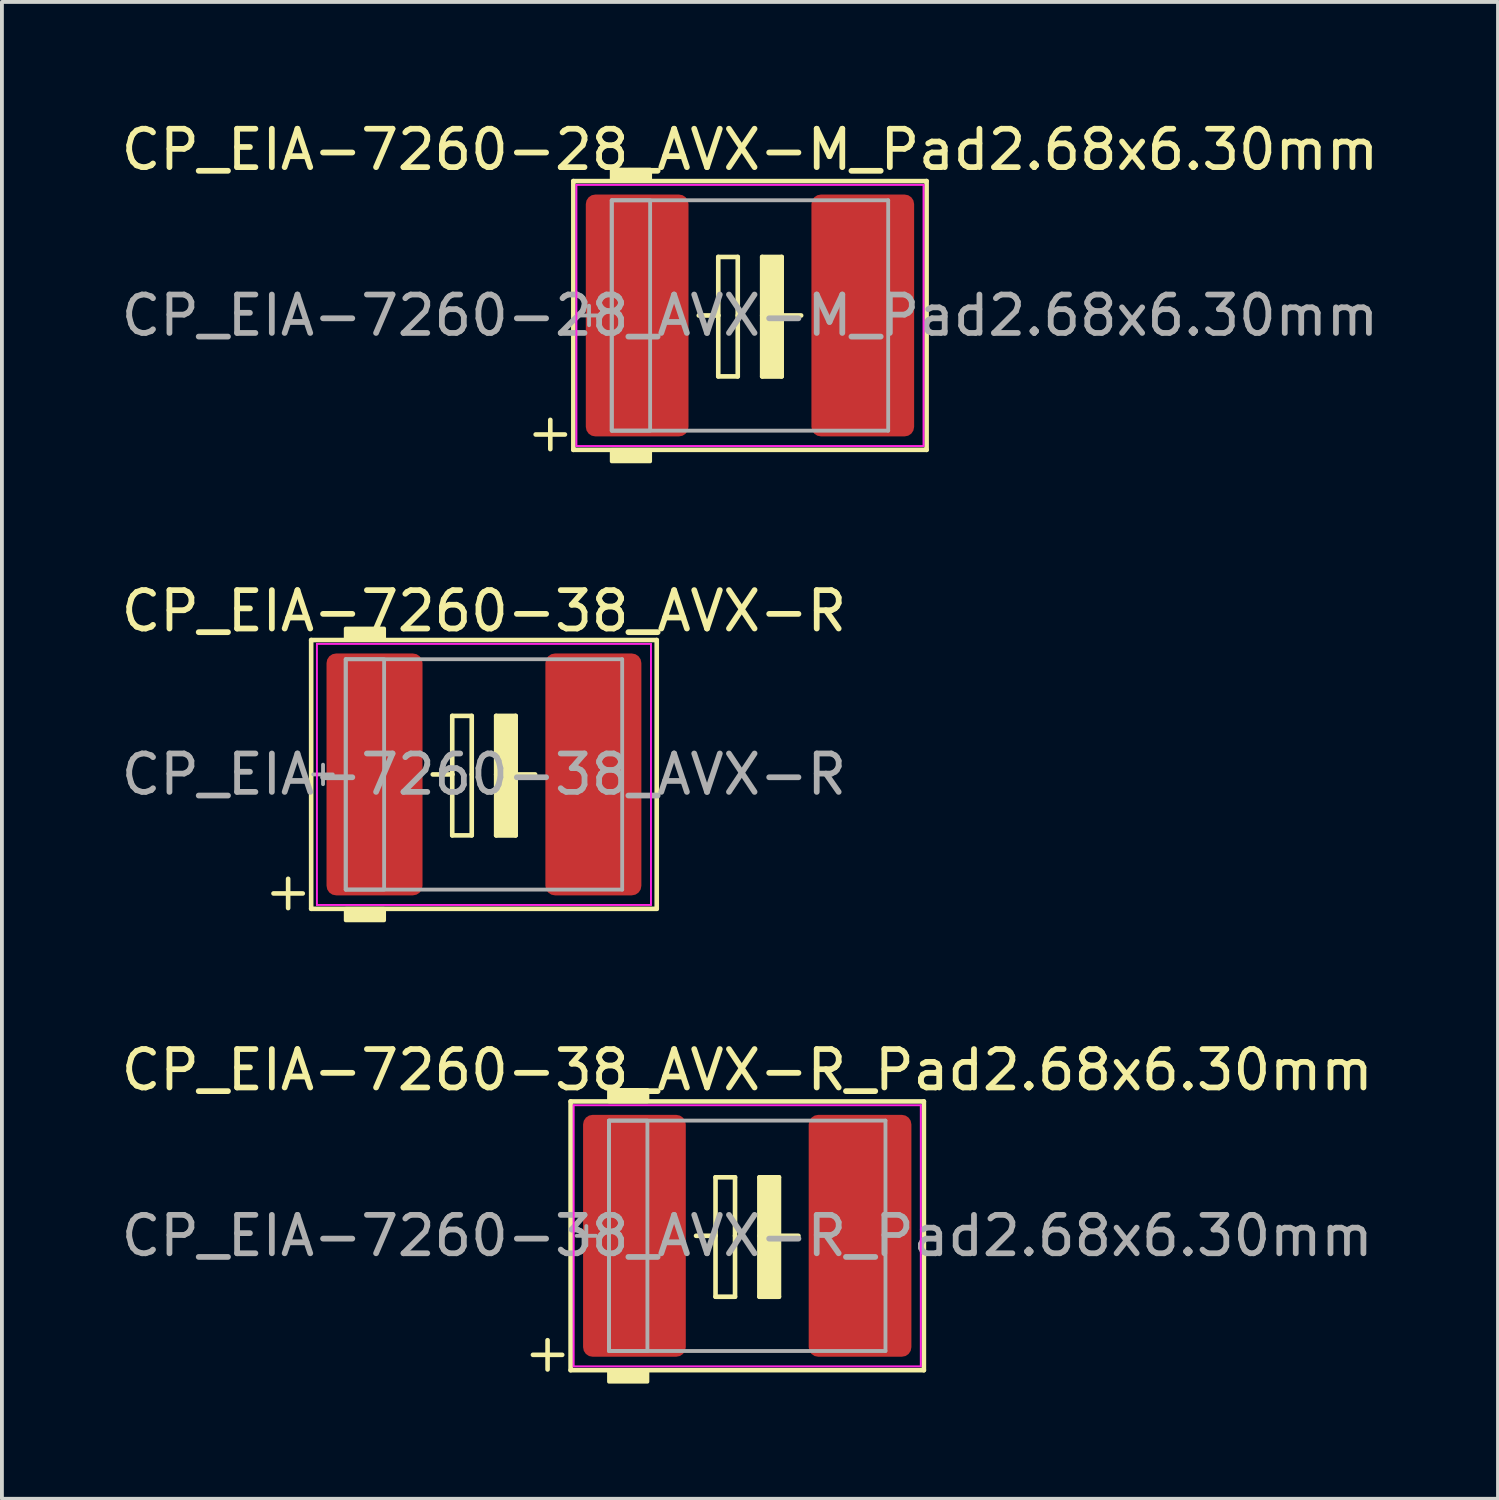
<source format=kicad_pcb>
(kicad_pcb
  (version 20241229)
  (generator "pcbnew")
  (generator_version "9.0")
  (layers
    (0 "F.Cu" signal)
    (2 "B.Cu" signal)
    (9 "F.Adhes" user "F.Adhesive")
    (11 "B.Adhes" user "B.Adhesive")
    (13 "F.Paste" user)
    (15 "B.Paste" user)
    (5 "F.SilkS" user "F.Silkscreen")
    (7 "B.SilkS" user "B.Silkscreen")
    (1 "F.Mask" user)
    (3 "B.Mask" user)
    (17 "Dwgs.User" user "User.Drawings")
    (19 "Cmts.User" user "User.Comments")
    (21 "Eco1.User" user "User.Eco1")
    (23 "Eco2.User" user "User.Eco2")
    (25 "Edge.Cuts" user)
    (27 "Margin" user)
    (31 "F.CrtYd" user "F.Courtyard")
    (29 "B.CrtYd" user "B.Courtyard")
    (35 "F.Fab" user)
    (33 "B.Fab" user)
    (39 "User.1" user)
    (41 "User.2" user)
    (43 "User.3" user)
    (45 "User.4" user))
  (footprint "CP_EIA-7260-28_AVX-M_Pad2.68x6.30mm"
    (layer "F.Cu")
    (at 16.482 5.166)
    (property "Reference" "CP_EIA-7260-28_AVX-M_Pad2.68x6.30mm" (at 0 -4.318 0) (layer "F.SilkS") (effects (font (size 1 1) (thickness 0.15))))
    (attr smd)
    (fp_line (start -5.581 3.1) (end -4.819 3.1) (stroke (width 0.12) (type solid)) (layer "F.SilkS"))
    (fp_line (start -5.2 2.719) (end -5.2 3.481) (stroke (width 0.12) (type solid)) (layer "F.SilkS"))
    (fp_line (start -4.6 -3.5) (end -4.6 3.5) (stroke (width 0.12) (type solid)) (layer "F.SilkS"))
    (fp_line (start -4.6 3.5) (end 4.6 3.5) (stroke (width 0.12) (type solid)) (layer "F.SilkS"))
    (fp_line (start -1.333 0) (end -0.826 0) (stroke (width 0.12) (type solid)) (layer "F.SilkS"))
    (fp_line (start -0.826 -1.524) (end -0.826 0) (stroke (width 0.12) (type solid)) (layer "F.SilkS"))
    (fp_line (start -0.826 1.587) (end -0.826 0) (stroke (width 0.12) (type solid)) (layer "F.SilkS"))
    (fp_line (start -0.826 1.587) (end -0.318 1.587) (stroke (width 0.12) (type solid)) (layer "F.SilkS"))
    (fp_line (start -0.318 -1.524) (end -0.826 -1.524) (stroke (width 0.12) (type solid)) (layer "F.SilkS"))
    (fp_line (start -0.318 -1.524) (end -0.318 0) (stroke (width 0.12) (type solid)) (layer "F.SilkS"))
    (fp_line (start -0.318 1.587) (end -0.318 0) (stroke (width 0.12) (type solid)) (layer "F.SilkS"))
    (fp_line (start 0.318 -1.524) (end 0.318 0) (stroke (width 0.12) (type solid)) (layer "F.SilkS"))
    (fp_line (start 0.318 1.587) (end 0.318 0) (stroke (width 0.12) (type solid)) (layer "F.SilkS"))
    (fp_line (start 0.318 1.587) (end 0.826 1.587) (stroke (width 0.12) (type solid)) (layer "F.SilkS"))
    (fp_line (start 0.826 -1.524) (end 0.318 -1.524) (stroke (width 0.12) (type solid)) (layer "F.SilkS"))
    (fp_line (start 0.826 -1.524) (end 0.826 0) (stroke (width 0.12) (type solid)) (layer "F.SilkS"))
    (fp_line (start 0.826 0) (end 1.333 0) (stroke (width 0.12) (type solid)) (layer "F.SilkS"))
    (fp_line (start 0.826 1.587) (end 0.826 0) (stroke (width 0.12) (type solid)) (layer "F.SilkS"))
    (fp_line (start 4.6 -3.5) (end -4.6 -3.5) (stroke (width 0.12) (type solid)) (layer "F.SilkS"))
    (fp_line (start 4.6 3.5) (end 4.6 -3.5) (stroke (width 0.12) (type solid)) (layer "F.SilkS"))
    (fp_poly (pts (xy -2.6 -3.5) (xy -3.6 -3.5) (xy -3.6 -3.8) (xy -2.6 -3.8)) (stroke (width 0.1) (type solid)) (fill yes) (layer "F.SilkS"))
    (fp_poly (pts (xy -2.6 3.8) (xy -3.6 3.8) (xy -3.6 3.5) (xy -2.6 3.5)) (stroke (width 0.1) (type solid)) (fill yes) (layer "F.SilkS"))
    (fp_poly (pts (xy 0.826 1.587) (xy 0.318 1.587) (xy 0.318 -1.524) (xy 0.826 -1.524)) (stroke (width 0.1) (type solid)) (fill yes) (layer "F.SilkS"))
    (fp_line (start -4.52 -3.4) (end 4.52 -3.4) (stroke (width 0.05) (type solid)) (layer "F.CrtYd"))
    (fp_line (start -4.52 3.4) (end -4.52 -3.4) (stroke (width 0.05) (type solid)) (layer "F.CrtYd"))
    (fp_line (start 4.52 -3.4) (end 4.52 3.4) (stroke (width 0.05) (type solid)) (layer "F.CrtYd"))
    (fp_line (start 4.52 3.4) (end -4.52 3.4) (stroke (width 0.05) (type solid)) (layer "F.CrtYd"))
    (fp_line (start -4.191 -0.254) (end -4.191 0.254) (stroke (width 0.1) (type solid)) (layer "F.Fab"))
    (fp_line (start -3.937 0) (end -4.445 0) (stroke (width 0.1) (type solid)) (layer "F.Fab"))
    (fp_line (start -3.6 -3) (end -3.6 3) (stroke (width 0.1) (type solid)) (layer "F.Fab"))
    (fp_line (start -3.6 3) (end 3.6 3) (stroke (width 0.1) (type solid)) (layer "F.Fab"))
    (fp_line (start 3.6 -3) (end -3.6 -3) (stroke (width 0.1) (type solid)) (layer "F.Fab"))
    (fp_line (start 3.6 3) (end 3.6 -3) (stroke (width 0.1) (type solid)) (layer "F.Fab"))
    (fp_rect (start -3.6 -3) (end -2.6 3) (stroke (width 0.1) (type solid)) (fill no) (layer "F.Fab"))
    (fp_text user "${REFERENCE}" (at 0 0 0) (layer "F.Fab") (effects (font (size 1 1) (thickness 0.15))))
    (pad "1" smd roundrect (at -2.938 0) (size 2.675 6.3) (layers "F.Cu" "F.Mask" "F.Paste") (roundrect_rratio 0.093))
    (pad "2" smd roundrect (at 2.938 0) (size 2.675 6.3) (layers "F.Cu" "F.Mask" "F.Paste") (roundrect_rratio 0.093)))
  (footprint "CP_EIA-7260-38_AVX-R"
    (layer "F.Cu")
    (at 9.554 17.119)
    (property "Reference" "CP_EIA-7260-38_AVX-R" (at 0 -4.255 0) (layer "F.SilkS") (effects (font (size 1 1) (thickness 0.15))))
    (attr smd)
    (fp_line (start -5.481 3.1) (end -4.719 3.1) (stroke (width 0.12) (type solid)) (layer "F.SilkS"))
    (fp_line (start -5.1 2.719) (end -5.1 3.481) (stroke (width 0.12) (type solid)) (layer "F.SilkS"))
    (fp_line (start -4.5 -3.5) (end -4.5 3.5) (stroke (width 0.12) (type solid)) (layer "F.SilkS"))
    (fp_line (start -4.5 3.5) (end 4.5 3.5) (stroke (width 0.12) (type solid)) (layer "F.SilkS"))
    (fp_line (start -1.333 0) (end -0.826 0) (stroke (width 0.12) (type solid)) (layer "F.SilkS"))
    (fp_line (start -0.826 -1.524) (end -0.826 0) (stroke (width 0.12) (type solid)) (layer "F.SilkS"))
    (fp_line (start -0.826 1.587) (end -0.826 0) (stroke (width 0.12) (type solid)) (layer "F.SilkS"))
    (fp_line (start -0.826 1.587) (end -0.318 1.587) (stroke (width 0.12) (type solid)) (layer "F.SilkS"))
    (fp_line (start -0.318 -1.524) (end -0.826 -1.524) (stroke (width 0.12) (type solid)) (layer "F.SilkS"))
    (fp_line (start -0.318 -1.524) (end -0.318 0) (stroke (width 0.12) (type solid)) (layer "F.SilkS"))
    (fp_line (start -0.318 1.587) (end -0.318 0) (stroke (width 0.12) (type solid)) (layer "F.SilkS"))
    (fp_line (start 0.318 -1.524) (end 0.318 0) (stroke (width 0.12) (type solid)) (layer "F.SilkS"))
    (fp_line (start 0.318 1.587) (end 0.318 0) (stroke (width 0.12) (type solid)) (layer "F.SilkS"))
    (fp_line (start 0.318 1.587) (end 0.826 1.587) (stroke (width 0.12) (type solid)) (layer "F.SilkS"))
    (fp_line (start 0.826 -1.524) (end 0.318 -1.524) (stroke (width 0.12) (type solid)) (layer "F.SilkS"))
    (fp_line (start 0.826 -1.524) (end 0.826 0) (stroke (width 0.12) (type solid)) (layer "F.SilkS"))
    (fp_line (start 0.826 0) (end 1.333 0) (stroke (width 0.12) (type solid)) (layer "F.SilkS"))
    (fp_line (start 0.826 1.587) (end 0.826 0) (stroke (width 0.12) (type solid)) (layer "F.SilkS"))
    (fp_line (start 4.5 -3.5) (end -4.5 -3.5) (stroke (width 0.12) (type solid)) (layer "F.SilkS"))
    (fp_line (start 4.5 3.5) (end 4.5 -3.5) (stroke (width 0.12) (type solid)) (layer "F.SilkS"))
    (fp_poly (pts (xy -2.6 -3.5) (xy -3.6 -3.5) (xy -3.6 -3.8) (xy -2.6 -3.8)) (stroke (width 0.1) (type solid)) (fill yes) (layer "F.SilkS"))
    (fp_poly (pts (xy -2.6 3.8) (xy -3.6 3.8) (xy -3.6 3.5) (xy -2.6 3.5)) (stroke (width 0.1) (type solid)) (fill yes) (layer "F.SilkS"))
    (fp_poly (pts (xy 0.826 1.587) (xy 0.318 1.587) (xy 0.318 -1.524) (xy 0.826 -1.524)) (stroke (width 0.1) (type solid)) (fill yes) (layer "F.SilkS"))
    (fp_line (start -4.35 -3.4) (end 4.35 -3.4) (stroke (width 0.05) (type solid)) (layer "F.CrtYd"))
    (fp_line (start -4.35 3.4) (end -4.35 -3.4) (stroke (width 0.05) (type solid)) (layer "F.CrtYd"))
    (fp_line (start 4.35 -3.4) (end 4.35 3.4) (stroke (width 0.05) (type solid)) (layer "F.CrtYd"))
    (fp_line (start 4.35 3.4) (end -4.35 3.4) (stroke (width 0.05) (type solid)) (layer "F.CrtYd"))
    (fp_line (start -4.191 -0.254) (end -4.191 0.254) (stroke (width 0.1) (type solid)) (layer "F.Fab"))
    (fp_line (start -3.937 0) (end -4.445 0) (stroke (width 0.1) (type solid)) (layer "F.Fab"))
    (fp_line (start -3.6 -3) (end -3.6 3) (stroke (width 0.1) (type solid)) (layer "F.Fab"))
    (fp_line (start -3.6 3) (end 3.6 3) (stroke (width 0.1) (type solid)) (layer "F.Fab"))
    (fp_line (start 3.6 -3) (end -3.6 -3) (stroke (width 0.1) (type solid)) (layer "F.Fab"))
    (fp_line (start 3.6 3) (end 3.6 -3) (stroke (width 0.1) (type solid)) (layer "F.Fab"))
    (fp_rect (start -3.6 -3) (end -2.6 3) (stroke (width 0.1) (type solid)) (fill no) (layer "F.Fab"))
    (fp_text user "${REFERENCE}" (at 0 0 0) (layer "F.Fab") (effects (font (size 1 1) (thickness 0.15))))
    (pad "1" smd roundrect (at -2.85 0) (size 2.5 6.3) (layers "F.Cu" "F.Mask" "F.Paste") (roundrect_rratio 0.1))
    (pad "2" smd roundrect (at 2.85 0) (size 2.5 6.3) (layers "F.Cu" "F.Mask" "F.Paste") (roundrect_rratio 0.1)))
  (footprint "CP_EIA-7260-38_AVX-R_Pad2.68x6.30mm"
    (layer "F.Cu")
    (at 16.411 29.135)
    (property "Reference" "CP_EIA-7260-38_AVX-R_Pad2.68x6.30mm" (at 0 -4.318 0) (layer "F.SilkS") (effects (font (size 1 1) (thickness 0.15))))
    (attr smd)
    (fp_line (start -5.581 3.1) (end -4.819 3.1) (stroke (width 0.12) (type solid)) (layer "F.SilkS"))
    (fp_line (start -5.2 2.719) (end -5.2 3.481) (stroke (width 0.12) (type solid)) (layer "F.SilkS"))
    (fp_line (start -4.6 -3.5) (end -4.6 3.5) (stroke (width 0.12) (type solid)) (layer "F.SilkS"))
    (fp_line (start -4.6 3.5) (end 4.6 3.5) (stroke (width 0.12) (type solid)) (layer "F.SilkS"))
    (fp_line (start -1.333 0) (end -0.826 0) (stroke (width 0.12) (type solid)) (layer "F.SilkS"))
    (fp_line (start -0.826 -1.524) (end -0.826 0) (stroke (width 0.12) (type solid)) (layer "F.SilkS"))
    (fp_line (start -0.826 1.587) (end -0.826 0) (stroke (width 0.12) (type solid)) (layer "F.SilkS"))
    (fp_line (start -0.826 1.587) (end -0.318 1.587) (stroke (width 0.12) (type solid)) (layer "F.SilkS"))
    (fp_line (start -0.318 -1.524) (end -0.826 -1.524) (stroke (width 0.12) (type solid)) (layer "F.SilkS"))
    (fp_line (start -0.318 -1.524) (end -0.318 0) (stroke (width 0.12) (type solid)) (layer "F.SilkS"))
    (fp_line (start -0.318 1.587) (end -0.318 0) (stroke (width 0.12) (type solid)) (layer "F.SilkS"))
    (fp_line (start 0.318 -1.524) (end 0.318 0) (stroke (width 0.12) (type solid)) (layer "F.SilkS"))
    (fp_line (start 0.318 1.587) (end 0.318 0) (stroke (width 0.12) (type solid)) (layer "F.SilkS"))
    (fp_line (start 0.318 1.587) (end 0.826 1.587) (stroke (width 0.12) (type solid)) (layer "F.SilkS"))
    (fp_line (start 0.826 -1.524) (end 0.318 -1.524) (stroke (width 0.12) (type solid)) (layer "F.SilkS"))
    (fp_line (start 0.826 -1.524) (end 0.826 0) (stroke (width 0.12) (type solid)) (layer "F.SilkS"))
    (fp_line (start 0.826 0) (end 1.333 0) (stroke (width 0.12) (type solid)) (layer "F.SilkS"))
    (fp_line (start 0.826 1.587) (end 0.826 0) (stroke (width 0.12) (type solid)) (layer "F.SilkS"))
    (fp_line (start 4.6 -3.5) (end -4.6 -3.5) (stroke (width 0.12) (type solid)) (layer "F.SilkS"))
    (fp_line (start 4.6 3.5) (end 4.6 -3.5) (stroke (width 0.12) (type solid)) (layer "F.SilkS"))
    (fp_poly (pts (xy -2.6 -3.5) (xy -3.6 -3.5) (xy -3.6 -3.8) (xy -2.6 -3.8)) (stroke (width 0.1) (type solid)) (fill yes) (layer "F.SilkS"))
    (fp_poly (pts (xy -2.6 3.8) (xy -3.6 3.8) (xy -3.6 3.5) (xy -2.6 3.5)) (stroke (width 0.1) (type solid)) (fill yes) (layer "F.SilkS"))
    (fp_poly (pts (xy 0.826 1.587) (xy 0.318 1.587) (xy 0.318 -1.524) (xy 0.826 -1.524)) (stroke (width 0.1) (type solid)) (fill yes) (layer "F.SilkS"))
    (fp_line (start -4.52 -3.4) (end 4.52 -3.4) (stroke (width 0.05) (type solid)) (layer "F.CrtYd"))
    (fp_line (start -4.52 3.4) (end -4.52 -3.4) (stroke (width 0.05) (type solid)) (layer "F.CrtYd"))
    (fp_line (start 4.52 -3.4) (end 4.52 3.4) (stroke (width 0.05) (type solid)) (layer "F.CrtYd"))
    (fp_line (start 4.52 3.4) (end -4.52 3.4) (stroke (width 0.05) (type solid)) (layer "F.CrtYd"))
    (fp_line (start -4.191 -0.254) (end -4.191 0.254) (stroke (width 0.1) (type solid)) (layer "F.Fab"))
    (fp_line (start -3.937 0) (end -4.445 0) (stroke (width 0.1) (type solid)) (layer "F.Fab"))
    (fp_line (start -3.6 -3) (end -3.6 3) (stroke (width 0.1) (type solid)) (layer "F.Fab"))
    (fp_line (start -3.6 3) (end 3.6 3) (stroke (width 0.1) (type solid)) (layer "F.Fab"))
    (fp_line (start 3.6 -3) (end -3.6 -3) (stroke (width 0.1) (type solid)) (layer "F.Fab"))
    (fp_line (start 3.6 3) (end 3.6 -3) (stroke (width 0.1) (type solid)) (layer "F.Fab"))
    (fp_rect (start -3.6 -3) (end -2.6 3) (stroke (width 0.1) (type solid)) (fill no) (layer "F.Fab"))
    (fp_text user "${REFERENCE}" (at 0 0 0) (layer "F.Fab") (effects (font (size 1 1) (thickness 0.15))))
    (pad "1" smd roundrect (at -2.938 0) (size 2.675 6.3) (layers "F.Cu" "F.Mask" "F.Paste") (roundrect_rratio 0.093))
    (pad "2" smd roundrect (at 2.938 0) (size 2.675 6.3) (layers "F.Cu" "F.Mask" "F.Paste") (roundrect_rratio 0.093)))
  (gr_rect
    (start -3 -3)
    (end 35.964 35.985)
    (stroke (width 0.1) (type default))
    (fill no)
    (layer "Edge.Cuts")))
</source>
